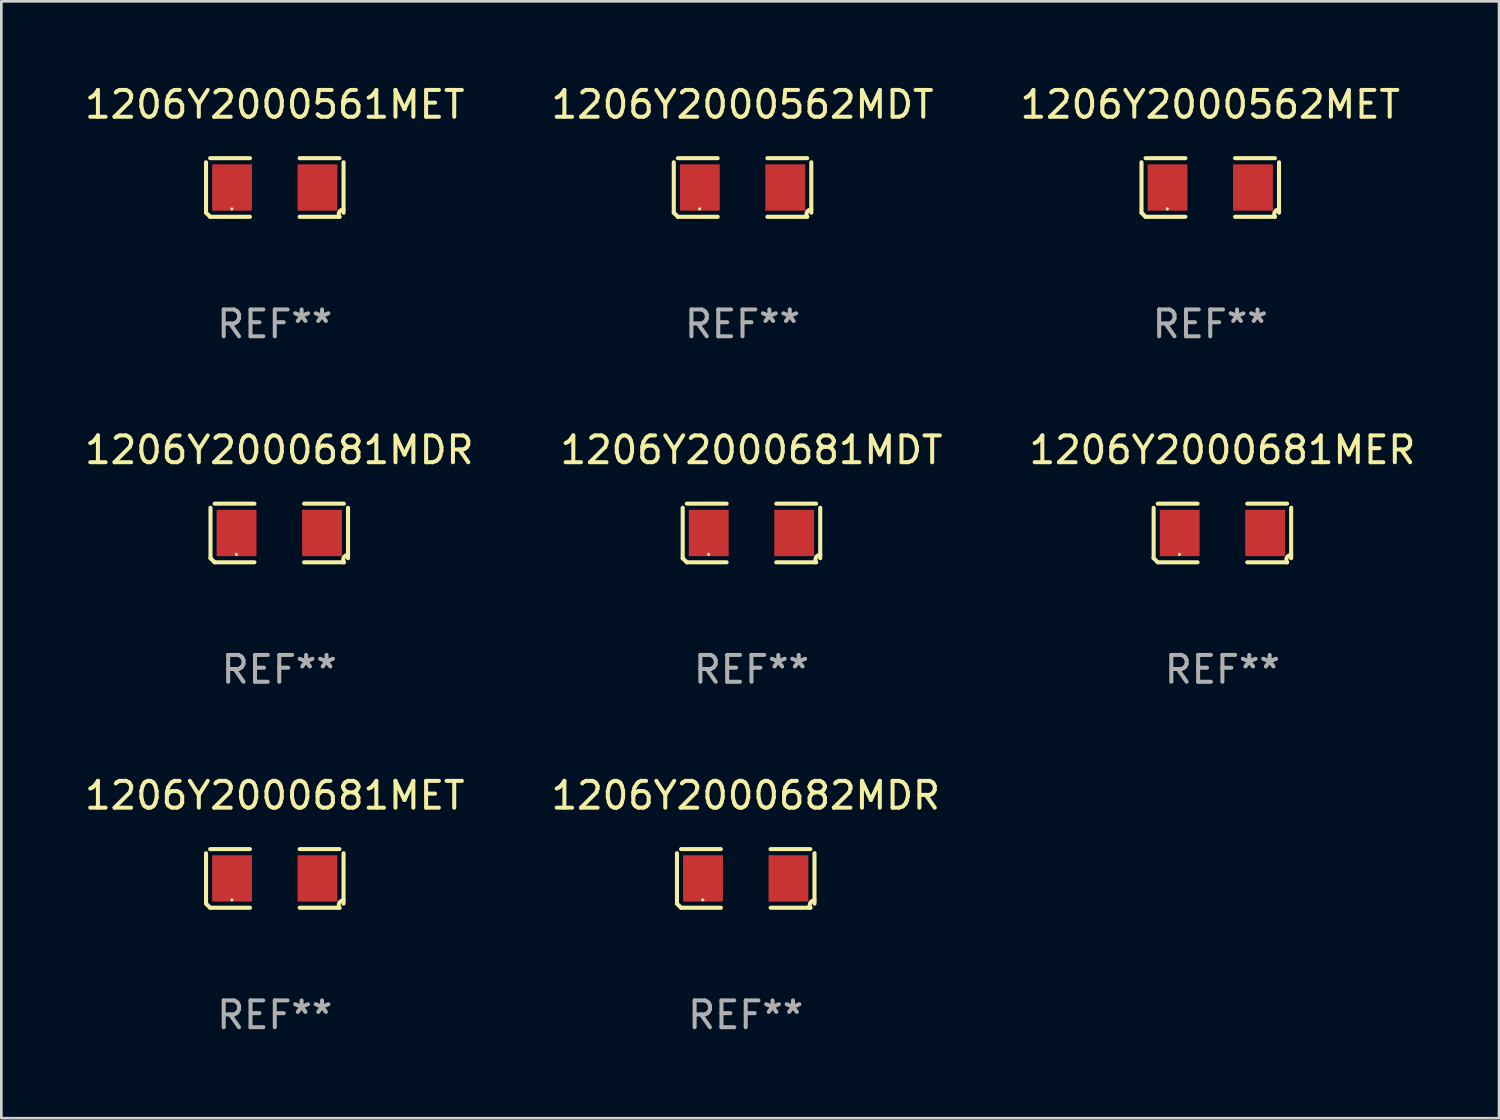
<source format=kicad_pcb>
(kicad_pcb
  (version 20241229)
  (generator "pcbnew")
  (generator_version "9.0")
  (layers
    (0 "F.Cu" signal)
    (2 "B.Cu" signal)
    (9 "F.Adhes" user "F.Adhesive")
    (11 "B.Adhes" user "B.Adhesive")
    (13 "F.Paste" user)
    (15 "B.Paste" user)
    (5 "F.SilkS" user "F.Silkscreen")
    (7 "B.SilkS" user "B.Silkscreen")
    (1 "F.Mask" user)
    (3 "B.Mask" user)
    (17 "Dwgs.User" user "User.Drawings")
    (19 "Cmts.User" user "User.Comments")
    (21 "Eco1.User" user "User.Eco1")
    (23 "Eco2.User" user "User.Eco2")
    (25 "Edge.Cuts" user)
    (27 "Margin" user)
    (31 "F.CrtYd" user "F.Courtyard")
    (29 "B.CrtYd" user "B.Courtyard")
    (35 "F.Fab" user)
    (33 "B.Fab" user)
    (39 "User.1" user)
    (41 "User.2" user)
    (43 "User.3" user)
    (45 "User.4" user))
  (footprint "1206Y2000562MDT"
    (layer "F.Cu")
    (at 24.637 3.941)
    (property "Reference" "1206Y2000562MDT" (at 0 -3.093 0) (layer "F.SilkS") (effects (font (size 1 1) (thickness 0.15))))
    (attr through_hole)
    (fp_line (start -2.564 0.94) (end -2.564 -0.94) (stroke (width 0.152) (type solid)) (layer "F.SilkS"))
    (fp_line (start -2.411 -1.093) (end -0.926 -1.093) (stroke (width 0.152) (type solid)) (layer "F.SilkS"))
    (fp_line (start -0.926 1.093) (end -2.411 1.093) (stroke (width 0.152) (type solid)) (layer "F.SilkS"))
    (fp_line (start 0.926 1.093) (end 2.411 1.093) (stroke (width 0.152) (type solid)) (layer "F.SilkS"))
    (fp_line (start 2.411 -1.093) (end 0.926 -1.093) (stroke (width 0.152) (type solid)) (layer "F.SilkS"))
    (fp_line (start 2.564 0.94) (end 2.564 -0.94) (stroke (width 0.152) (type solid)) (layer "F.SilkS"))
    (fp_arc (start -2.411201 1.092609) (mid -2.487413 1.01642) (end -2.563602 0.940208) (stroke (width 0.1524) (type solid)) (layer "F.SilkS"))
    (fp_arc (start 2.411201 1.092609) (mid 2.407159 0.911226) (end 2.563602 0.819347) (stroke (width 0.1524) (type solid)) (layer "F.SilkS"))
    (fp_circle (center -1.6 0.8) (end -1.57 0.8) (stroke (width 0.06) (type solid)) (fill no) (layer "F.SilkS"))
    (fp_text user "REF**" (at 0 5.093 0) (layer "F.Fab") (effects (font (size 1 1) (thickness 0.15))))
    (pad "1" smd rect (at -1.593 0) (size 1.485 1.728) (layers "F.Cu" "F.Mask" "F.Paste"))
    (pad "2" smd rect (at 1.593 0) (size 1.485 1.728) (layers "F.Cu" "F.Mask" "F.Paste")))
  (footprint "1206Y2000562MET"
    (layer "F.Cu")
    (at 42.077 3.941)
    (property "Reference" "1206Y2000562MET" (at 0 -3.093 0) (layer "F.SilkS") (effects (font (size 1 1) (thickness 0.15))))
    (attr through_hole)
    (fp_line (start -2.564 0.94) (end -2.564 -0.94) (stroke (width 0.152) (type solid)) (layer "F.SilkS"))
    (fp_line (start -2.411 -1.093) (end -0.926 -1.093) (stroke (width 0.152) (type solid)) (layer "F.SilkS"))
    (fp_line (start -0.926 1.093) (end -2.411 1.093) (stroke (width 0.152) (type solid)) (layer "F.SilkS"))
    (fp_line (start 0.926 1.093) (end 2.411 1.093) (stroke (width 0.152) (type solid)) (layer "F.SilkS"))
    (fp_line (start 2.411 -1.093) (end 0.926 -1.093) (stroke (width 0.152) (type solid)) (layer "F.SilkS"))
    (fp_line (start 2.564 0.94) (end 2.564 -0.94) (stroke (width 0.152) (type solid)) (layer "F.SilkS"))
    (fp_arc (start -2.411201 1.092609) (mid -2.487413 1.01642) (end -2.563602 0.940208) (stroke (width 0.1524) (type solid)) (layer "F.SilkS"))
    (fp_arc (start 2.411201 1.092609) (mid 2.407159 0.911226) (end 2.563602 0.819347) (stroke (width 0.1524) (type solid)) (layer "F.SilkS"))
    (fp_circle (center -1.6 0.8) (end -1.57 0.8) (stroke (width 0.06) (type solid)) (fill no) (layer "F.SilkS"))
    (fp_text user "REF**" (at 0 5.093 0) (layer "F.Fab") (effects (font (size 1 1) (thickness 0.15))))
    (pad "1" smd rect (at -1.593 0) (size 1.485 1.728) (layers "F.Cu" "F.Mask" "F.Paste"))
    (pad "2" smd rect (at 1.593 0) (size 1.485 1.728) (layers "F.Cu" "F.Mask" "F.Paste")))
  (footprint "1206Y2000681MET"
    (layer "F.Cu")
    (at 7.196 29.704)
    (property "Reference" "1206Y2000681MET" (at 0 -3.093 0) (layer "F.SilkS") (effects (font (size 1 1) (thickness 0.15))))
    (attr through_hole)
    (fp_line (start -2.564 0.94) (end -2.564 -0.94) (stroke (width 0.152) (type solid)) (layer "F.SilkS"))
    (fp_line (start -2.411 -1.093) (end -0.926 -1.093) (stroke (width 0.152) (type solid)) (layer "F.SilkS"))
    (fp_line (start -0.926 1.093) (end -2.411 1.093) (stroke (width 0.152) (type solid)) (layer "F.SilkS"))
    (fp_line (start 0.926 1.093) (end 2.411 1.093) (stroke (width 0.152) (type solid)) (layer "F.SilkS"))
    (fp_line (start 2.411 -1.093) (end 0.926 -1.093) (stroke (width 0.152) (type solid)) (layer "F.SilkS"))
    (fp_line (start 2.564 0.94) (end 2.564 -0.94) (stroke (width 0.152) (type solid)) (layer "F.SilkS"))
    (fp_arc (start -2.411201 1.092609) (mid -2.487413 1.01642) (end -2.563602 0.940208) (stroke (width 0.1524) (type solid)) (layer "F.SilkS"))
    (fp_arc (start 2.411201 1.092609) (mid 2.407159 0.911226) (end 2.563602 0.819347) (stroke (width 0.1524) (type solid)) (layer "F.SilkS"))
    (fp_circle (center -1.6 0.8) (end -1.57 0.8) (stroke (width 0.06) (type solid)) (fill no) (layer "F.SilkS"))
    (fp_text user "REF**" (at 0 5.093 0) (layer "F.Fab") (effects (font (size 1 1) (thickness 0.15))))
    (pad "1" smd rect (at -1.593 0) (size 1.485 1.728) (layers "F.Cu" "F.Mask" "F.Paste"))
    (pad "2" smd rect (at 1.593 0) (size 1.485 1.728) (layers "F.Cu" "F.Mask" "F.Paste")))
  (footprint "1206Y2000681MER"
    (layer "F.Cu")
    (at 42.53 16.823)
    (property "Reference" "1206Y2000681MER" (at 0 -3.093 0) (layer "F.SilkS") (effects (font (size 1 1) (thickness 0.15))))
    (attr through_hole)
    (fp_line (start -2.564 0.94) (end -2.564 -0.94) (stroke (width 0.152) (type solid)) (layer "F.SilkS"))
    (fp_line (start -2.411 -1.093) (end -0.926 -1.093) (stroke (width 0.152) (type solid)) (layer "F.SilkS"))
    (fp_line (start -0.926 1.093) (end -2.411 1.093) (stroke (width 0.152) (type solid)) (layer "F.SilkS"))
    (fp_line (start 0.926 1.093) (end 2.411 1.093) (stroke (width 0.152) (type solid)) (layer "F.SilkS"))
    (fp_line (start 2.411 -1.093) (end 0.926 -1.093) (stroke (width 0.152) (type solid)) (layer "F.SilkS"))
    (fp_line (start 2.564 0.94) (end 2.564 -0.94) (stroke (width 0.152) (type solid)) (layer "F.SilkS"))
    (fp_arc (start -2.411201 1.092609) (mid -2.487413 1.01642) (end -2.563602 0.940208) (stroke (width 0.1524) (type solid)) (layer "F.SilkS"))
    (fp_arc (start 2.411201 1.092609) (mid 2.407159 0.911226) (end 2.563602 0.819347) (stroke (width 0.1524) (type solid)) (layer "F.SilkS"))
    (fp_circle (center -1.6 0.8) (end -1.57 0.8) (stroke (width 0.06) (type solid)) (fill no) (layer "F.SilkS"))
    (fp_text user "REF**" (at 0 5.093 0) (layer "F.Fab") (effects (font (size 1 1) (thickness 0.15))))
    (pad "1" smd rect (at -1.593 0) (size 1.485 1.728) (layers "F.Cu" "F.Mask" "F.Paste"))
    (pad "2" smd rect (at 1.593 0) (size 1.485 1.728) (layers "F.Cu" "F.Mask" "F.Paste")))
  (footprint "1206Y2000681MDR"
    (layer "F.Cu")
    (at 7.363 16.823)
    (property "Reference" "1206Y2000681MDR" (at 0 -3.093 0) (layer "F.SilkS") (effects (font (size 1 1) (thickness 0.15))))
    (attr through_hole)
    (fp_line (start -2.564 0.94) (end -2.564 -0.94) (stroke (width 0.152) (type solid)) (layer "F.SilkS"))
    (fp_line (start -2.411 -1.093) (end -0.926 -1.093) (stroke (width 0.152) (type solid)) (layer "F.SilkS"))
    (fp_line (start -0.926 1.093) (end -2.411 1.093) (stroke (width 0.152) (type solid)) (layer "F.SilkS"))
    (fp_line (start 0.926 1.093) (end 2.411 1.093) (stroke (width 0.152) (type solid)) (layer "F.SilkS"))
    (fp_line (start 2.411 -1.093) (end 0.926 -1.093) (stroke (width 0.152) (type solid)) (layer "F.SilkS"))
    (fp_line (start 2.564 0.94) (end 2.564 -0.94) (stroke (width 0.152) (type solid)) (layer "F.SilkS"))
    (fp_arc (start -2.411201 1.092609) (mid -2.487413 1.01642) (end -2.563602 0.940208) (stroke (width 0.1524) (type solid)) (layer "F.SilkS"))
    (fp_arc (start 2.411201 1.092609) (mid 2.407159 0.911226) (end 2.563602 0.819347) (stroke (width 0.1524) (type solid)) (layer "F.SilkS"))
    (fp_circle (center -1.6 0.8) (end -1.57 0.8) (stroke (width 0.06) (type solid)) (fill no) (layer "F.SilkS"))
    (fp_text user "REF**" (at 0 5.093 0) (layer "F.Fab") (effects (font (size 1 1) (thickness 0.15))))
    (pad "1" smd rect (at -1.593 0) (size 1.485 1.728) (layers "F.Cu" "F.Mask" "F.Paste"))
    (pad "2" smd rect (at 1.593 0) (size 1.485 1.728) (layers "F.Cu" "F.Mask" "F.Paste")))
  (footprint "1206Y2000682MDR"
    (layer "F.Cu")
    (at 24.756 29.704)
    (property "Reference" "1206Y2000682MDR" (at 0 -3.093 0) (layer "F.SilkS") (effects (font (size 1 1) (thickness 0.15))))
    (attr through_hole)
    (fp_line (start -2.564 0.94) (end -2.564 -0.94) (stroke (width 0.152) (type solid)) (layer "F.SilkS"))
    (fp_line (start -2.411 -1.093) (end -0.926 -1.093) (stroke (width 0.152) (type solid)) (layer "F.SilkS"))
    (fp_line (start -0.926 1.093) (end -2.411 1.093) (stroke (width 0.152) (type solid)) (layer "F.SilkS"))
    (fp_line (start 0.926 1.093) (end 2.411 1.093) (stroke (width 0.152) (type solid)) (layer "F.SilkS"))
    (fp_line (start 2.411 -1.093) (end 0.926 -1.093) (stroke (width 0.152) (type solid)) (layer "F.SilkS"))
    (fp_line (start 2.564 0.94) (end 2.564 -0.94) (stroke (width 0.152) (type solid)) (layer "F.SilkS"))
    (fp_arc (start -2.411201 1.092609) (mid -2.487413 1.01642) (end -2.563602 0.940208) (stroke (width 0.1524) (type solid)) (layer "F.SilkS"))
    (fp_arc (start 2.411201 1.092609) (mid 2.407159 0.911226) (end 2.563602 0.819347) (stroke (width 0.1524) (type solid)) (layer "F.SilkS"))
    (fp_circle (center -1.6 0.8) (end -1.57 0.8) (stroke (width 0.06) (type solid)) (fill no) (layer "F.SilkS"))
    (fp_text user "REF**" (at 0 5.093 0) (layer "F.Fab") (effects (font (size 1 1) (thickness 0.15))))
    (pad "1" smd rect (at -1.593 0) (size 1.485 1.728) (layers "F.Cu" "F.Mask" "F.Paste"))
    (pad "2" smd rect (at 1.593 0) (size 1.485 1.728) (layers "F.Cu" "F.Mask" "F.Paste")))
  (footprint "1206Y2000561MET"
    (layer "F.Cu")
    (at 7.196 3.941)
    (property "Reference" "1206Y2000561MET" (at 0 -3.093 0) (layer "F.SilkS") (effects (font (size 1 1) (thickness 0.15))))
    (attr through_hole)
    (fp_line (start -2.564 0.94) (end -2.564 -0.94) (stroke (width 0.152) (type solid)) (layer "F.SilkS"))
    (fp_line (start -2.411 -1.093) (end -0.926 -1.093) (stroke (width 0.152) (type solid)) (layer "F.SilkS"))
    (fp_line (start -0.926 1.093) (end -2.411 1.093) (stroke (width 0.152) (type solid)) (layer "F.SilkS"))
    (fp_line (start 0.926 1.093) (end 2.411 1.093) (stroke (width 0.152) (type solid)) (layer "F.SilkS"))
    (fp_line (start 2.411 -1.093) (end 0.926 -1.093) (stroke (width 0.152) (type solid)) (layer "F.SilkS"))
    (fp_line (start 2.564 0.94) (end 2.564 -0.94) (stroke (width 0.152) (type solid)) (layer "F.SilkS"))
    (fp_arc (start -2.411201 1.092609) (mid -2.487413 1.01642) (end -2.563602 0.940208) (stroke (width 0.1524) (type solid)) (layer "F.SilkS"))
    (fp_arc (start 2.411201 1.092609) (mid 2.407159 0.911226) (end 2.563602 0.819347) (stroke (width 0.1524) (type solid)) (layer "F.SilkS"))
    (fp_circle (center -1.6 0.8) (end -1.57 0.8) (stroke (width 0.06) (type solid)) (fill no) (layer "F.SilkS"))
    (fp_text user "REF**" (at 0 5.093 0) (layer "F.Fab") (effects (font (size 1 1) (thickness 0.15))))
    (pad "1" smd rect (at -1.593 0) (size 1.485 1.728) (layers "F.Cu" "F.Mask" "F.Paste"))
    (pad "2" smd rect (at 1.593 0) (size 1.485 1.728) (layers "F.Cu" "F.Mask" "F.Paste")))
  (footprint "1206Y2000681MDT"
    (layer "F.Cu")
    (at 24.97 16.823)
    (property "Reference" "1206Y2000681MDT" (at 0 -3.093 0) (layer "F.SilkS") (effects (font (size 1 1) (thickness 0.15))))
    (attr through_hole)
    (fp_line (start -2.564 0.94) (end -2.564 -0.94) (stroke (width 0.152) (type solid)) (layer "F.SilkS"))
    (fp_line (start -2.411 -1.093) (end -0.926 -1.093) (stroke (width 0.152) (type solid)) (layer "F.SilkS"))
    (fp_line (start -0.926 1.093) (end -2.411 1.093) (stroke (width 0.152) (type solid)) (layer "F.SilkS"))
    (fp_line (start 0.926 1.093) (end 2.411 1.093) (stroke (width 0.152) (type solid)) (layer "F.SilkS"))
    (fp_line (start 2.411 -1.093) (end 0.926 -1.093) (stroke (width 0.152) (type solid)) (layer "F.SilkS"))
    (fp_line (start 2.564 0.94) (end 2.564 -0.94) (stroke (width 0.152) (type solid)) (layer "F.SilkS"))
    (fp_arc (start -2.411201 1.092609) (mid -2.487413 1.01642) (end -2.563602 0.940208) (stroke (width 0.1524) (type solid)) (layer "F.SilkS"))
    (fp_arc (start 2.411201 1.092609) (mid 2.407159 0.911226) (end 2.563602 0.819347) (stroke (width 0.1524) (type solid)) (layer "F.SilkS"))
    (fp_circle (center -1.6 0.8) (end -1.57 0.8) (stroke (width 0.06) (type solid)) (fill no) (layer "F.SilkS"))
    (fp_text user "REF**" (at 0 5.093 0) (layer "F.Fab") (effects (font (size 1 1) (thickness 0.15))))
    (pad "1" smd rect (at -1.593 0) (size 1.485 1.728) (layers "F.Cu" "F.Mask" "F.Paste"))
    (pad "2" smd rect (at 1.593 0) (size 1.485 1.728) (layers "F.Cu" "F.Mask" "F.Paste")))
  (gr_rect
    (start -3 -3)
    (end 52.845 38.645)
    (stroke (width 0.1) (type default))
    (fill no)
    (layer "Edge.Cuts")))
</source>
